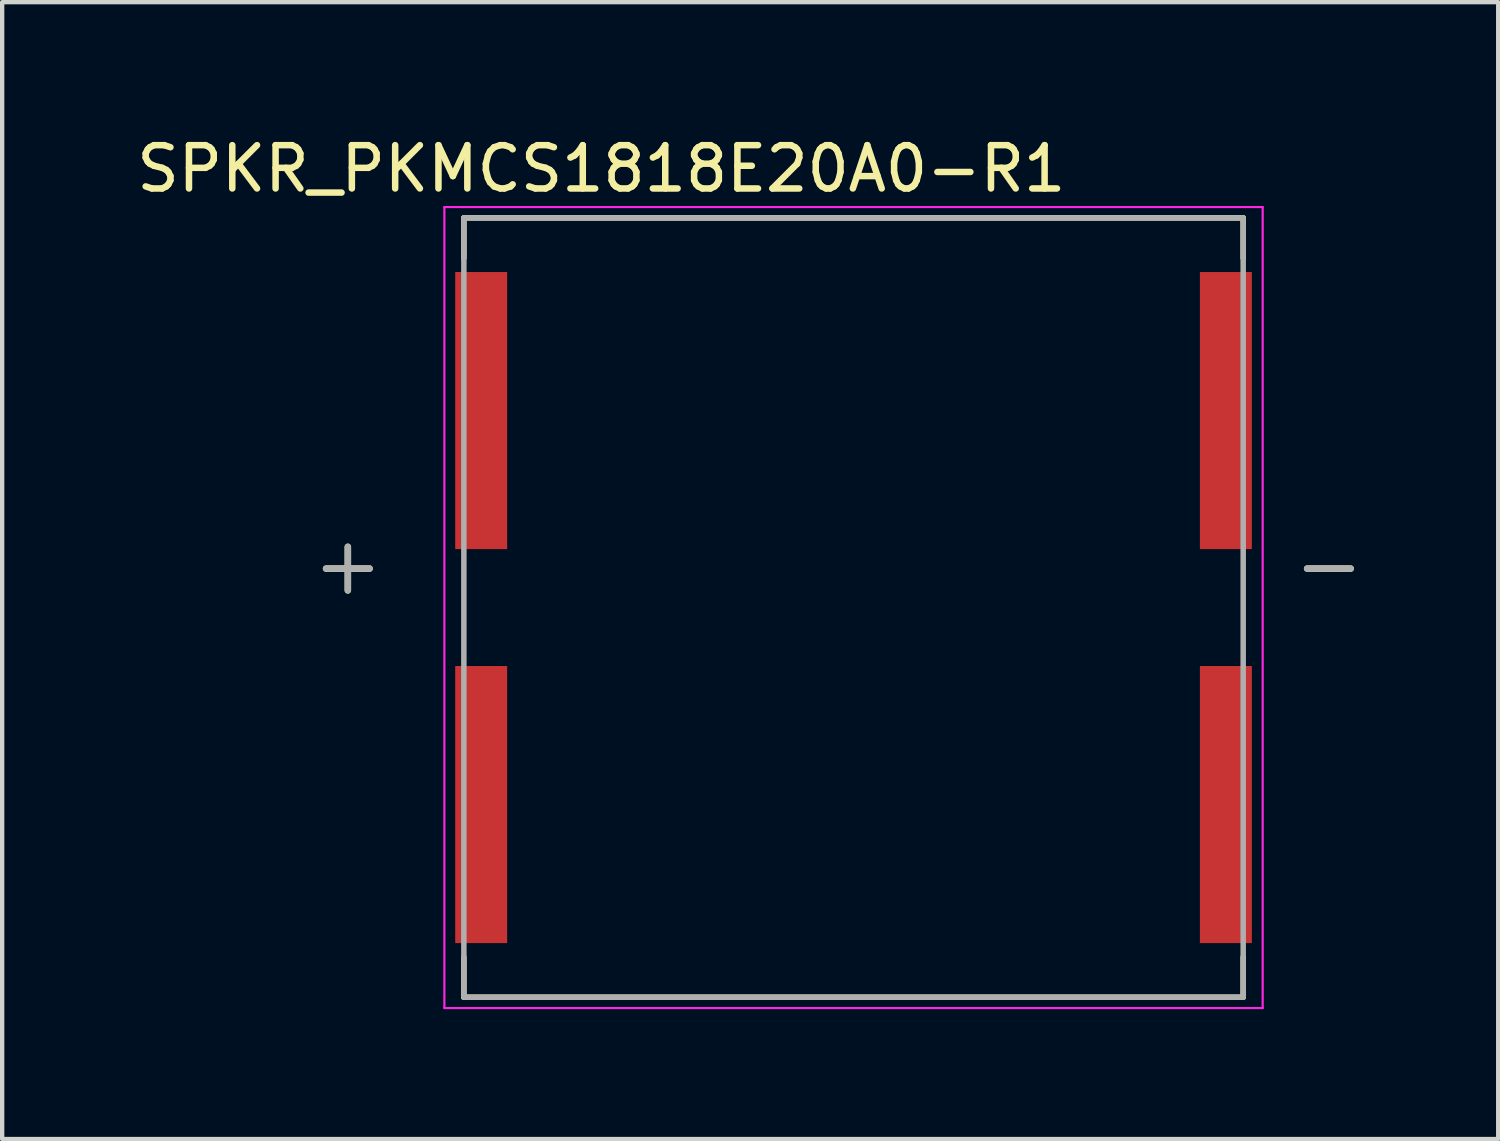
<source format=kicad_pcb>
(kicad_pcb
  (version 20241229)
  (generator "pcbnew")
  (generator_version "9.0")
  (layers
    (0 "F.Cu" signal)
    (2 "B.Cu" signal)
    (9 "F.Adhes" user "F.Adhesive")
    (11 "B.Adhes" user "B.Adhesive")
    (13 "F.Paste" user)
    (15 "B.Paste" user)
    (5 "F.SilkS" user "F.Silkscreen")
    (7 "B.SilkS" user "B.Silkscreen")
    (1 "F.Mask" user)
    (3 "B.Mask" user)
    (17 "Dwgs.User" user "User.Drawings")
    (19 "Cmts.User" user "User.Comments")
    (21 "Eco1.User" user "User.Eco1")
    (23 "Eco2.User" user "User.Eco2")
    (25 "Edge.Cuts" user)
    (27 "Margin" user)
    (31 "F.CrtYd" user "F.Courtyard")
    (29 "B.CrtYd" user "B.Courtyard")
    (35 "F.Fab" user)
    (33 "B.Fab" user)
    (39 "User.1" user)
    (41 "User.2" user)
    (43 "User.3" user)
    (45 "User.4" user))
  (footprint "SPKR_PKMCS1818E20A0-R1"
    (layer "F.Cu")
    (at 16.664 10.983)
    (property "Reference" "SPKR_PKMCS1818E20A0-R1" (at -5.825 -10.135 0) (layer "F.SilkS") (effects (font (size 1 1) (thickness 0.15))))
    (attr through_hole)
    (fp_line (start -9 -9) (end 9 -9) (stroke (width 0.127) (type solid)) (layer "F.SilkS"))
    (fp_line (start -9 -8.07) (end -9 -9) (stroke (width 0.127) (type solid)) (layer "F.SilkS"))
    (fp_line (start -9 8.07) (end -9 9) (stroke (width 0.127) (type solid)) (layer "F.SilkS"))
    (fp_line (start -9 9) (end 9 9) (stroke (width 0.127) (type solid)) (layer "F.SilkS"))
    (fp_line (start 9 -9) (end 9 -8.07) (stroke (width 0.127) (type solid)) (layer "F.SilkS"))
    (fp_line (start 9 9) (end 9 8.07) (stroke (width 0.127) (type solid)) (layer "F.SilkS"))
    (fp_line (start -9.45 -9.25) (end 9.45 -9.25) (stroke (width 0.05) (type solid)) (layer "F.CrtYd"))
    (fp_line (start -9.45 9.25) (end -9.45 -9.25) (stroke (width 0.05) (type solid)) (layer "F.CrtYd"))
    (fp_line (start 9.45 -9.25) (end 9.45 9.25) (stroke (width 0.05) (type solid)) (layer "F.CrtYd"))
    (fp_line (start 9.45 9.25) (end -9.45 9.25) (stroke (width 0.05) (type solid)) (layer "F.CrtYd"))
    (fp_line (start -9 -9) (end 9 -9) (stroke (width 0.127) (type solid)) (layer "F.Fab"))
    (fp_line (start -9 9) (end -9 -9) (stroke (width 0.127) (type solid)) (layer "F.Fab"))
    (fp_line (start 9 -9) (end 9 9) (stroke (width 0.127) (type solid)) (layer "F.Fab"))
    (fp_line (start 9 9) (end -9 9) (stroke (width 0.127) (type solid)) (layer "F.Fab"))
    (fp_text user "+" (at -11.68 -1 0) (layer "F.SilkS") (effects (font (size 1.32 1.32) (thickness 0.15))))
    (fp_text user "-" (at 10.98 -1 0) (layer "F.SilkS") (effects (font (size 1.32 1.32) (thickness 0.15))))
    (fp_text user "-" (at 10.98 -1 0) (layer "F.Fab") (effects (font (size 1.32 1.32) (thickness 0.15))))
    (fp_text user "+" (at -11.68 -1 0) (layer "F.Fab") (effects (font (size 1.32 1.32) (thickness 0.15))))
    (pad "1" smd rect (at -8.6 -4.55) (size 1.2 6.4) (layers "F.Cu" "F.Mask" "F.Paste"))
    (pad "2" smd rect (at -8.6 4.55) (size 1.2 6.4) (layers "F.Cu" "F.Mask" "F.Paste"))
    (pad "3" smd rect (at 8.6 4.55) (size 1.2 6.4) (layers "F.Cu" "F.Mask" "F.Paste"))
    (pad "4" smd rect (at 8.6 -4.55) (size 1.2 6.4) (layers "F.Cu" "F.Mask" "F.Paste")))
  (gr_rect
    (start -3 -3)
    (end 31.554 23.258)
    (stroke (width 0.1) (type default))
    (fill no)
    (layer "Edge.Cuts")))
</source>
